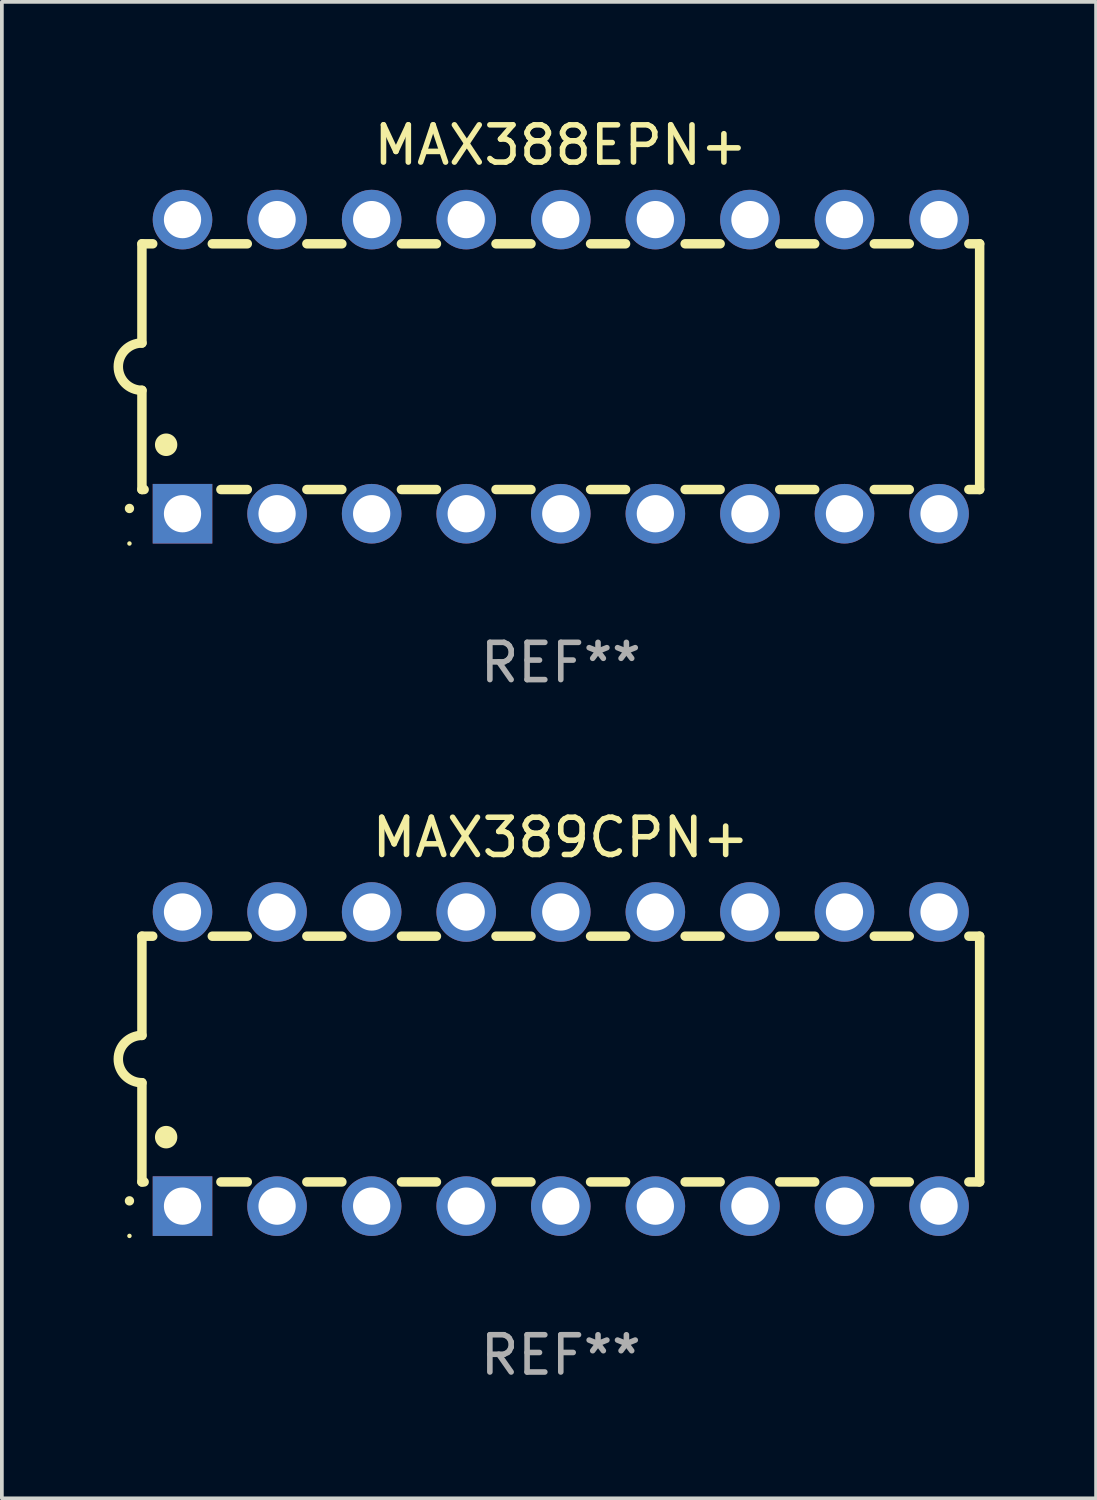
<source format=kicad_pcb>
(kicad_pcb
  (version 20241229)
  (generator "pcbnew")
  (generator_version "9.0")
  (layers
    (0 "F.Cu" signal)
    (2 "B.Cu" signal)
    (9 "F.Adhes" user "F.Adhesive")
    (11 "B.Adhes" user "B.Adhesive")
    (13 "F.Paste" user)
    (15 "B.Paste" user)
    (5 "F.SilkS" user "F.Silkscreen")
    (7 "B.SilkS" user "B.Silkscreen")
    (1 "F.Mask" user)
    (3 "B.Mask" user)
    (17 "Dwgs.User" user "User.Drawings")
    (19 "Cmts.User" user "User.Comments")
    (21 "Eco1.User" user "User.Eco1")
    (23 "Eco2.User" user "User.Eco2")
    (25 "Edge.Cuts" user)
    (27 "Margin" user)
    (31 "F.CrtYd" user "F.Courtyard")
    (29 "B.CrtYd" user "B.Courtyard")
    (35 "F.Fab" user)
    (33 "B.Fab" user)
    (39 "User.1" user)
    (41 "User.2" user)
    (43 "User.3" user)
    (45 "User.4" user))
  (footprint "MAX388EPN+"
    (layer "F.Cu")
    (at 12.012 6.798)
    (property "Reference" "MAX388EPN+" (at 0 -5.95 0) (layer "F.SilkS") (effects (font (size 1 1) (thickness 0.15))))
    (attr through_hole)
    (fp_line (start -11.25 -3.3) (end -11.25 -0.635) (stroke (width 0.254) (type solid)) (layer "F.SilkS"))
    (fp_line (start -11.25 -3.3) (end -10.96 -3.3) (stroke (width 0.254) (type solid)) (layer "F.SilkS"))
    (fp_line (start -11.25 3.3) (end -11.25 0.635) (stroke (width 0.254) (type solid)) (layer "F.SilkS"))
    (fp_line (start -11.25 3.3) (end -11.191 3.3) (stroke (width 0.254) (type solid)) (layer "F.SilkS"))
    (fp_line (start -9.36 -3.3) (end -8.42 -3.3) (stroke (width 0.254) (type solid)) (layer "F.SilkS"))
    (fp_line (start -9.129 3.3) (end -8.42 3.3) (stroke (width 0.254) (type solid)) (layer "F.SilkS"))
    (fp_line (start -6.82 -3.3) (end -5.88 -3.3) (stroke (width 0.254) (type solid)) (layer "F.SilkS"))
    (fp_line (start -6.82 3.3) (end -5.88 3.3) (stroke (width 0.254) (type solid)) (layer "F.SilkS"))
    (fp_line (start -4.28 -3.3) (end -3.34 -3.3) (stroke (width 0.254) (type solid)) (layer "F.SilkS"))
    (fp_line (start -4.28 3.3) (end -3.34 3.3) (stroke (width 0.254) (type solid)) (layer "F.SilkS"))
    (fp_line (start -1.74 -3.3) (end -0.8 -3.3) (stroke (width 0.254) (type solid)) (layer "F.SilkS"))
    (fp_line (start -1.74 3.3) (end -0.8 3.3) (stroke (width 0.254) (type solid)) (layer "F.SilkS"))
    (fp_line (start 0.8 -3.3) (end 1.74 -3.3) (stroke (width 0.254) (type solid)) (layer "F.SilkS"))
    (fp_line (start 0.8 3.3) (end 1.74 3.3) (stroke (width 0.254) (type solid)) (layer "F.SilkS"))
    (fp_line (start 3.34 -3.3) (end 4.28 -3.3) (stroke (width 0.254) (type solid)) (layer "F.SilkS"))
    (fp_line (start 3.34 3.3) (end 4.28 3.3) (stroke (width 0.254) (type solid)) (layer "F.SilkS"))
    (fp_line (start 5.88 -3.3) (end 6.82 -3.3) (stroke (width 0.254) (type solid)) (layer "F.SilkS"))
    (fp_line (start 5.88 3.3) (end 6.82 3.3) (stroke (width 0.254) (type solid)) (layer "F.SilkS"))
    (fp_line (start 8.42 -3.3) (end 9.36 -3.3) (stroke (width 0.254) (type solid)) (layer "F.SilkS"))
    (fp_line (start 8.42 3.3) (end 9.36 3.3) (stroke (width 0.254) (type solid)) (layer "F.SilkS"))
    (fp_line (start 10.96 -3.3) (end 11.25 -3.3) (stroke (width 0.254) (type solid)) (layer "F.SilkS"))
    (fp_line (start 10.96 3.3) (end 11.25 3.3) (stroke (width 0.254) (type solid)) (layer "F.SilkS"))
    (fp_line (start 11.25 -3.3) (end 11.25 3.3) (stroke (width 0.254) (type solid)) (layer "F.SilkS"))
    (fp_arc (start -11.584963 3.810008) (mid -11.58497 3.808738) (end -11.584963 3.807468) (stroke (width 0.25) (type solid)) (layer "F.SilkS"))
    (fp_arc (start -11.250013 0.635001) (mid -11.884684 -0.000165) (end -11.249683 -0.635001) (stroke (width 0.254001) (type solid)) (layer "F.SilkS"))
    (fp_arc (start -10.600025 2.1) (mid -10.600036 2.09746) (end -10.600025 2.09492) (stroke (width 0.6) (type solid)) (layer "F.SilkS"))
    (fp_circle (center -11.585 4.75) (end -11.555 4.75) (stroke (width 0.06) (type solid)) (fill no) (layer "F.SilkS"))
    (fp_text user "REF**" (at 0 7.95 0) (layer "F.Fab") (effects (font (size 1 1) (thickness 0.15))))
    (pad "1" thru_hole rect (at -10.16 3.95 90) (size 1.6 1.6) (drill 1) (layers "*.Cu" "*.Mask"))
    (pad "2" thru_hole circle (at -7.62 3.95 90) (size 1.6 1.6) (drill 1) (layers "*.Cu" "*.Mask"))
    (pad "3" thru_hole circle (at -5.08 3.95 90) (size 1.6 1.6) (drill 1) (layers "*.Cu" "*.Mask"))
    (pad "4" thru_hole circle (at -2.54 3.95 90) (size 1.6 1.6) (drill 1) (layers "*.Cu" "*.Mask"))
    (pad "5" thru_hole circle (at 0 3.95 90) (size 1.6 1.6) (drill 1) (layers "*.Cu" "*.Mask"))
    (pad "6" thru_hole circle (at 2.54 3.95 90) (size 1.6 1.6) (drill 1) (layers "*.Cu" "*.Mask"))
    (pad "7" thru_hole circle (at 5.08 3.95 90) (size 1.6 1.6) (drill 1) (layers "*.Cu" "*.Mask"))
    (pad "8" thru_hole circle (at 7.62 3.95 90) (size 1.6 1.6) (drill 1) (layers "*.Cu" "*.Mask"))
    (pad "9" thru_hole circle (at 10.16 3.95 90) (size 1.6 1.6) (drill 1) (layers "*.Cu" "*.Mask"))
    (pad "10" thru_hole circle (at 10.16 -3.95 90) (size 1.6 1.6) (drill 1) (layers "*.Cu" "*.Mask"))
    (pad "11" thru_hole circle (at 7.62 -3.95 90) (size 1.6 1.6) (drill 1) (layers "*.Cu" "*.Mask"))
    (pad "12" thru_hole circle (at 5.08 -3.95 90) (size 1.6 1.6) (drill 1) (layers "*.Cu" "*.Mask"))
    (pad "13" thru_hole circle (at 2.54 -3.95 90) (size 1.6 1.6) (drill 1) (layers "*.Cu" "*.Mask"))
    (pad "14" thru_hole circle (at 0 -3.95 90) (size 1.6 1.6) (drill 1) (layers "*.Cu" "*.Mask"))
    (pad "15" thru_hole circle (at -2.54 -3.95 90) (size 1.6 1.6) (drill 1) (layers "*.Cu" "*.Mask"))
    (pad "16" thru_hole circle (at -5.08 -3.95 90) (size 1.6 1.6) (drill 1) (layers "*.Cu" "*.Mask"))
    (pad "17" thru_hole circle (at -7.62 -3.95 90) (size 1.6 1.6) (drill 1) (layers "*.Cu" "*.Mask"))
    (pad "18" thru_hole circle (at -10.16 -3.95 90) (size 1.6 1.6) (drill 1) (layers "*.Cu" "*.Mask")))
  (footprint "MAX389CPN+"
    (layer "F.Cu")
    (at 12.012 25.395)
    (property "Reference" "MAX389CPN+" (at 0 -5.95 0) (layer "F.SilkS") (effects (font (size 1 1) (thickness 0.15))))
    (attr through_hole)
    (fp_line (start -11.25 -3.3) (end -11.25 -0.635) (stroke (width 0.254) (type solid)) (layer "F.SilkS"))
    (fp_line (start -11.25 -3.3) (end -10.96 -3.3) (stroke (width 0.254) (type solid)) (layer "F.SilkS"))
    (fp_line (start -11.25 3.3) (end -11.25 0.635) (stroke (width 0.254) (type solid)) (layer "F.SilkS"))
    (fp_line (start -11.25 3.3) (end -11.191 3.3) (stroke (width 0.254) (type solid)) (layer "F.SilkS"))
    (fp_line (start -9.36 -3.3) (end -8.42 -3.3) (stroke (width 0.254) (type solid)) (layer "F.SilkS"))
    (fp_line (start -9.129 3.3) (end -8.42 3.3) (stroke (width 0.254) (type solid)) (layer "F.SilkS"))
    (fp_line (start -6.82 -3.3) (end -5.88 -3.3) (stroke (width 0.254) (type solid)) (layer "F.SilkS"))
    (fp_line (start -6.82 3.3) (end -5.88 3.3) (stroke (width 0.254) (type solid)) (layer "F.SilkS"))
    (fp_line (start -4.28 -3.3) (end -3.34 -3.3) (stroke (width 0.254) (type solid)) (layer "F.SilkS"))
    (fp_line (start -4.28 3.3) (end -3.34 3.3) (stroke (width 0.254) (type solid)) (layer "F.SilkS"))
    (fp_line (start -1.74 -3.3) (end -0.8 -3.3) (stroke (width 0.254) (type solid)) (layer "F.SilkS"))
    (fp_line (start -1.74 3.3) (end -0.8 3.3) (stroke (width 0.254) (type solid)) (layer "F.SilkS"))
    (fp_line (start 0.8 -3.3) (end 1.74 -3.3) (stroke (width 0.254) (type solid)) (layer "F.SilkS"))
    (fp_line (start 0.8 3.3) (end 1.74 3.3) (stroke (width 0.254) (type solid)) (layer "F.SilkS"))
    (fp_line (start 3.34 -3.3) (end 4.28 -3.3) (stroke (width 0.254) (type solid)) (layer "F.SilkS"))
    (fp_line (start 3.34 3.3) (end 4.28 3.3) (stroke (width 0.254) (type solid)) (layer "F.SilkS"))
    (fp_line (start 5.88 -3.3) (end 6.82 -3.3) (stroke (width 0.254) (type solid)) (layer "F.SilkS"))
    (fp_line (start 5.88 3.3) (end 6.82 3.3) (stroke (width 0.254) (type solid)) (layer "F.SilkS"))
    (fp_line (start 8.42 -3.3) (end 9.36 -3.3) (stroke (width 0.254) (type solid)) (layer "F.SilkS"))
    (fp_line (start 8.42 3.3) (end 9.36 3.3) (stroke (width 0.254) (type solid)) (layer "F.SilkS"))
    (fp_line (start 10.96 -3.3) (end 11.25 -3.3) (stroke (width 0.254) (type solid)) (layer "F.SilkS"))
    (fp_line (start 10.96 3.3) (end 11.25 3.3) (stroke (width 0.254) (type solid)) (layer "F.SilkS"))
    (fp_line (start 11.25 -3.3) (end 11.25 3.3) (stroke (width 0.254) (type solid)) (layer "F.SilkS"))
    (fp_arc (start -11.584963 3.810008) (mid -11.58497 3.808738) (end -11.584963 3.807468) (stroke (width 0.25) (type solid)) (layer "F.SilkS"))
    (fp_arc (start -11.250013 0.635001) (mid -11.884684 -0.000165) (end -11.249683 -0.635001) (stroke (width 0.254001) (type solid)) (layer "F.SilkS"))
    (fp_arc (start -10.600025 2.1) (mid -10.600036 2.09746) (end -10.600025 2.09492) (stroke (width 0.6) (type solid)) (layer "F.SilkS"))
    (fp_circle (center -11.585 4.75) (end -11.555 4.75) (stroke (width 0.06) (type solid)) (fill no) (layer "F.SilkS"))
    (fp_text user "REF**" (at 0 7.95 0) (layer "F.Fab") (effects (font (size 1 1) (thickness 0.15))))
    (pad "1" thru_hole rect (at -10.16 3.95 90) (size 1.6 1.6) (drill 1) (layers "*.Cu" "*.Mask"))
    (pad "2" thru_hole circle (at -7.62 3.95 90) (size 1.6 1.6) (drill 1) (layers "*.Cu" "*.Mask"))
    (pad "3" thru_hole circle (at -5.08 3.95 90) (size 1.6 1.6) (drill 1) (layers "*.Cu" "*.Mask"))
    (pad "4" thru_hole circle (at -2.54 3.95 90) (size 1.6 1.6) (drill 1) (layers "*.Cu" "*.Mask"))
    (pad "5" thru_hole circle (at 0 3.95 90) (size 1.6 1.6) (drill 1) (layers "*.Cu" "*.Mask"))
    (pad "6" thru_hole circle (at 2.54 3.95 90) (size 1.6 1.6) (drill 1) (layers "*.Cu" "*.Mask"))
    (pad "7" thru_hole circle (at 5.08 3.95 90) (size 1.6 1.6) (drill 1) (layers "*.Cu" "*.Mask"))
    (pad "8" thru_hole circle (at 7.62 3.95 90) (size 1.6 1.6) (drill 1) (layers "*.Cu" "*.Mask"))
    (pad "9" thru_hole circle (at 10.16 3.95 90) (size 1.6 1.6) (drill 1) (layers "*.Cu" "*.Mask"))
    (pad "10" thru_hole circle (at 10.16 -3.95 90) (size 1.6 1.6) (drill 1) (layers "*.Cu" "*.Mask"))
    (pad "11" thru_hole circle (at 7.62 -3.95 90) (size 1.6 1.6) (drill 1) (layers "*.Cu" "*.Mask"))
    (pad "12" thru_hole circle (at 5.08 -3.95 90) (size 1.6 1.6) (drill 1) (layers "*.Cu" "*.Mask"))
    (pad "13" thru_hole circle (at 2.54 -3.95 90) (size 1.6 1.6) (drill 1) (layers "*.Cu" "*.Mask"))
    (pad "14" thru_hole circle (at 0 -3.95 90) (size 1.6 1.6) (drill 1) (layers "*.Cu" "*.Mask"))
    (pad "15" thru_hole circle (at -2.54 -3.95 90) (size 1.6 1.6) (drill 1) (layers "*.Cu" "*.Mask"))
    (pad "16" thru_hole circle (at -5.08 -3.95 90) (size 1.6 1.6) (drill 1) (layers "*.Cu" "*.Mask"))
    (pad "17" thru_hole circle (at -7.62 -3.95 90) (size 1.6 1.6) (drill 1) (layers "*.Cu" "*.Mask"))
    (pad "18" thru_hole circle (at -10.16 -3.95 90) (size 1.6 1.6) (drill 1) (layers "*.Cu" "*.Mask")))
  (gr_rect
    (start -3 -3)
    (end 26.389 37.193)
    (stroke (width 0.1) (type default))
    (fill no)
    (layer "Edge.Cuts")))
</source>
